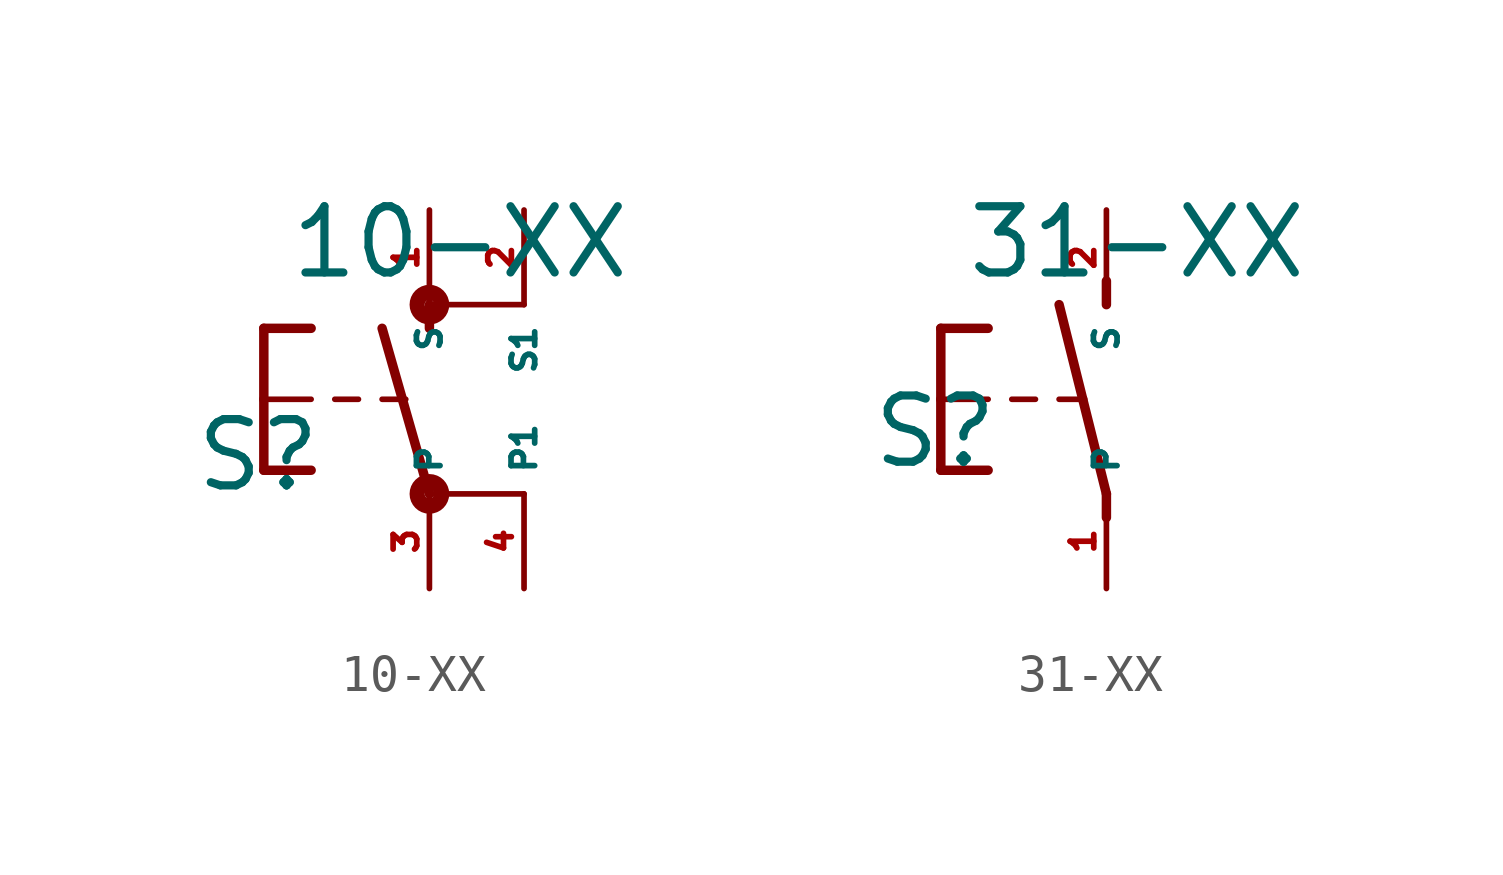
<source format=kicad_sym>
(kicad_symbol_lib
  (version 20220914)
  (generator Eagle2Kicad)
  (symbol "10-XX"
    (property "Reference" "S"
      (at -6.35 -2.54 0)
      (effects (font (size 1.778 1.778) (thickness 0.22)) (justify left bottom)))
    (property "Value" "10-XX"
      (at -3.81 3.175 0)
      (effects (font (size 1.778 1.778) (thickness 0.22)) (justify left bottom)))
    (polyline
      (pts (xy 0 1.905) (xy 0 2.54))
      (stroke (width 0.254) (type default))
      (fill (type none)))
    (polyline
      (pts (xy -4.445 1.905) (xy -3.175 1.905))
      (stroke (width 0.254) (type default))
      (fill (type none)))
    (polyline
      (pts (xy -4.445 -1.905) (xy -3.175 -1.905))
      (stroke (width 0.254) (type default))
      (fill (type none)))
    (polyline
      (pts (xy -4.445 1.905) (xy -4.445 0))
      (stroke (width 0.254) (type default))
      (fill (type none)))
    (polyline
      (pts (xy -4.445 0) (xy -4.445 -1.905))
      (stroke (width 0.254) (type default))
      (fill (type none)))
    (polyline
      (pts (xy -2.54 0) (xy -1.905 0))
      (stroke (width 0.152) (type default))
      (fill (type none)))
    (polyline
      (pts (xy -1.27 0) (xy -0.635 0))
      (stroke (width 0.152) (type default))
      (fill (type none)))
    (polyline
      (pts (xy -4.445 0) (xy -3.175 0))
      (stroke (width 0.152) (type default))
      (fill (type none)))
    (polyline
      (pts (xy 2.54 2.54) (xy 0 2.54))
      (stroke (width 0.152) (type default))
      (fill (type none)))
    (polyline
      (pts (xy 2.54 -2.54) (xy 0 -2.54))
      (stroke (width 0.152) (type default))
      (fill (type none)))
    (polyline
      (pts (xy 0 -2.54) (xy -1.27 1.905))
      (stroke (width 0.254) (type default))
      (fill (type none)))
    (circle
      (center 0 -2.54)
      (radius 0.127)
      (stroke (width 0.406) (type default))
      (fill (type none)))
    (circle
      (center 0 2.54)
      (radius 0.127)
      (stroke (width 0.406) (type default))
      (fill (type none)))
    (pin passive line
      (at 0 -5.08 90)
      (length 2.54)
      (name "P" (effects (font (size 0.635 0.635) (thickness 0.08)) (justify left bottom)))
      (number "3" (effects (font (size 0.635 0.635) (thickness 0.08)) (justify left bottom))))
    (pin passive line
      (at 0 5.08 270)
      (length 2.54)
      (name "S" (effects (font (size 0.635 0.635) (thickness 0.08)) (justify left bottom)))
      (number "1" (effects (font (size 0.635 0.635) (thickness 0.08)) (justify left bottom))))
    (pin passive line
      (at 2.54 5.08 270)
      (length 2.54)
      (name "S1" (effects (font (size 0.635 0.635) (thickness 0.08)) (justify left bottom)))
      (number "2" (effects (font (size 0.635 0.635) (thickness 0.08)) (justify left bottom))))
    (pin passive line
      (at 2.54 -5.08 90)
      (length 2.54)
      (name "P1" (effects (font (size 0.635 0.635) (thickness 0.08)) (justify left bottom)))
      (number "4" (effects (font (size 0.635 0.635) (thickness 0.08)) (justify left bottom)))))
  (symbol "31-XX"
    (property "Reference" "S"
      (at -6.35 -1.905 0)
      (effects (font (size 1.778 1.778) (thickness 0.22)) (justify left bottom)))
    (property "Value" "31-XX"
      (at -3.81 3.175 0)
      (effects (font (size 1.778 1.778) (thickness 0.22)) (justify left bottom)))
    (polyline
      (pts (xy 0 -3.175) (xy 0 -2.54))
      (stroke (width 0.254) (type default))
      (fill (type none)))
    (polyline
      (pts (xy 0 2.54) (xy 0 3.175))
      (stroke (width 0.254) (type default))
      (fill (type none)))
    (polyline
      (pts (xy 0 -2.54) (xy -0.635 0))
      (stroke (width 0.254) (type default))
      (fill (type none)))
    (polyline
      (pts (xy -4.445 1.905) (xy -3.175 1.905))
      (stroke (width 0.254) (type default))
      (fill (type none)))
    (polyline
      (pts (xy -4.445 -1.905) (xy -3.175 -1.905))
      (stroke (width 0.254) (type default))
      (fill (type none)))
    (polyline
      (pts (xy -4.445 1.905) (xy -4.445 0))
      (stroke (width 0.254) (type default))
      (fill (type none)))
    (polyline
      (pts (xy -4.445 0) (xy -4.445 -1.905))
      (stroke (width 0.254) (type default))
      (fill (type none)))
    (polyline
      (pts (xy -2.54 0) (xy -1.905 0))
      (stroke (width 0.152) (type default))
      (fill (type none)))
    (polyline
      (pts (xy -1.27 0) (xy -0.635 0))
      (stroke (width 0.152) (type default))
      (fill (type none)))
    (polyline
      (pts (xy -0.635 0) (xy -1.27 2.54))
      (stroke (width 0.254) (type default))
      (fill (type none)))
    (polyline
      (pts (xy -4.445 0) (xy -3.175 0))
      (stroke (width 0.152) (type default))
      (fill (type none)))
    (pin passive line
      (at 0 -5.08 90)
      (length 2.54)
      (name "P" (effects (font (size 0.635 0.635) (thickness 0.08)) (justify left bottom)))
      (number "1" (effects (font (size 0.635 0.635) (thickness 0.08)) (justify left bottom))))
    (pin passive line
      (at 0 5.08 270)
      (length 2.54)
      (name "S" (effects (font (size 0.635 0.635) (thickness 0.08)) (justify left bottom)))
      (number "2" (effects (font (size 0.635 0.635) (thickness 0.08)) (justify left bottom))))))
</source>
